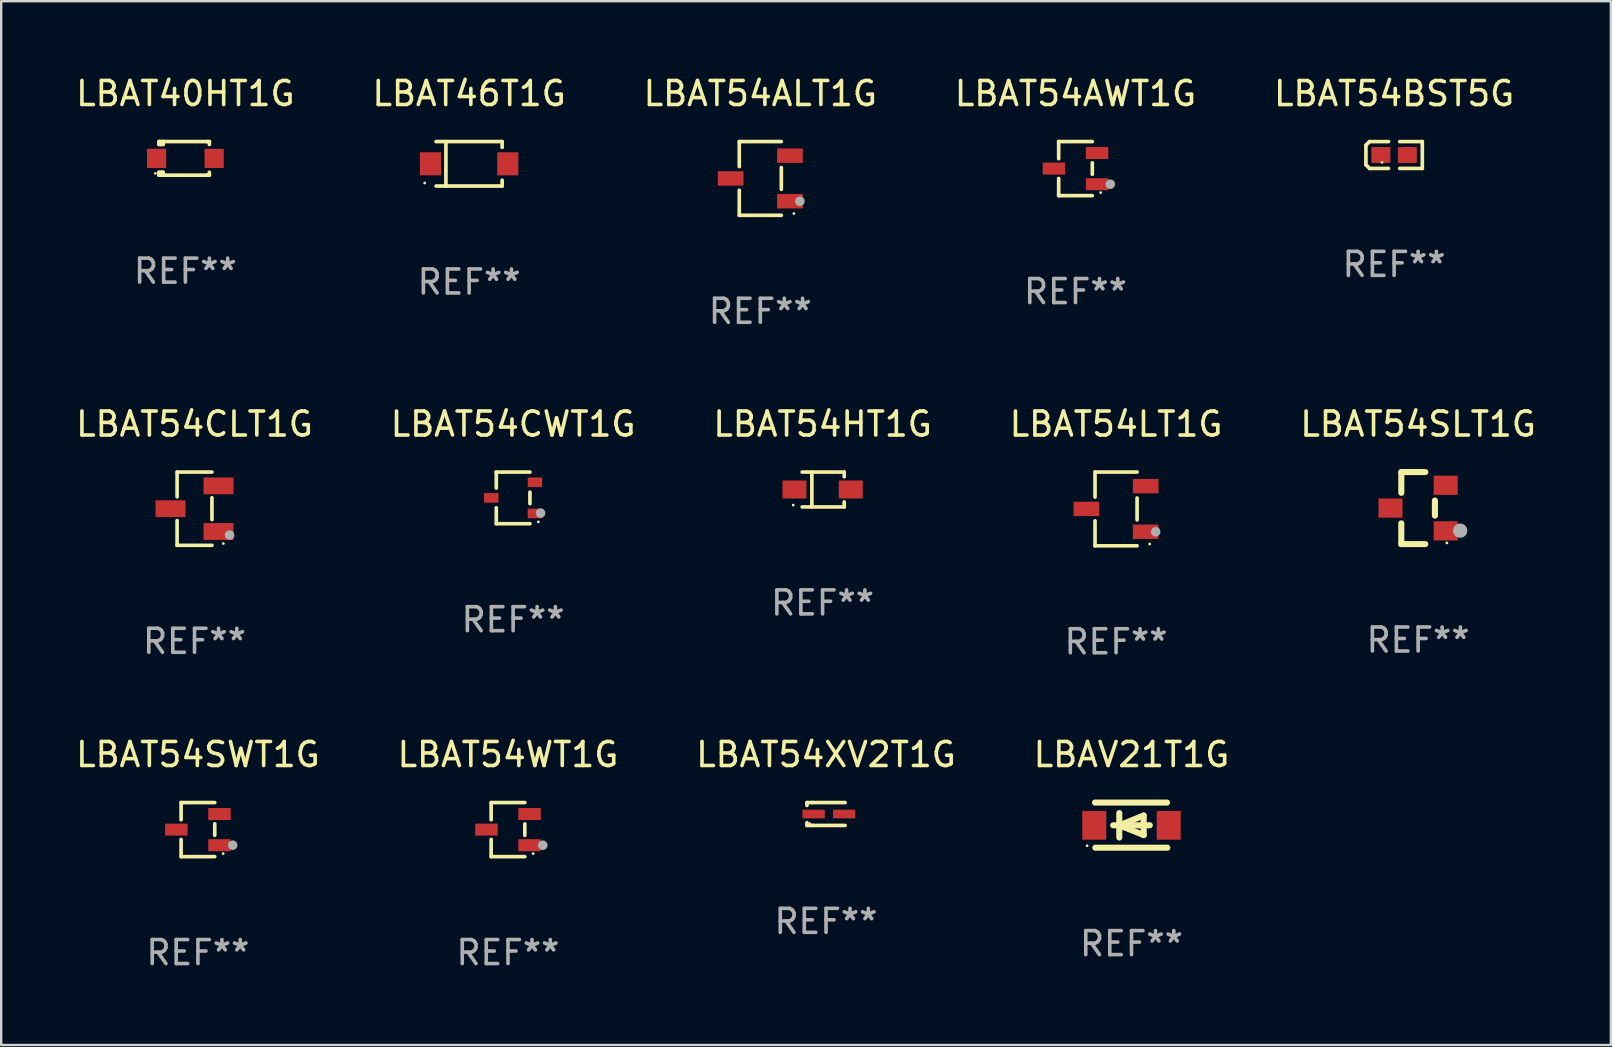
<source format=kicad_pcb>
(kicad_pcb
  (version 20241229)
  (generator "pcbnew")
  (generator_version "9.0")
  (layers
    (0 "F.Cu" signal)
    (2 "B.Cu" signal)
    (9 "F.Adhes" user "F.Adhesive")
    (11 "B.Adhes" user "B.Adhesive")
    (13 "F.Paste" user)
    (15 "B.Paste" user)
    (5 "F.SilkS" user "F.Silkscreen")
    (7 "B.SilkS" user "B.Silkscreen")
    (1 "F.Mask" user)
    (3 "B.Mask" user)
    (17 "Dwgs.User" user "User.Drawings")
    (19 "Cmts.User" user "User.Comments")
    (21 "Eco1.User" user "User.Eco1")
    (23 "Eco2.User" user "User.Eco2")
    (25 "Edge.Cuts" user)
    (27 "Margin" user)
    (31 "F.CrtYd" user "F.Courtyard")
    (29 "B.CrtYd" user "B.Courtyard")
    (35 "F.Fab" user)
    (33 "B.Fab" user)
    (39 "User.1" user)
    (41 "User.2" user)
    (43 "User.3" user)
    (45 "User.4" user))
  (footprint "LBAT54WT1G"
    (layer "F.Cu")
    (at 18.113 31.512)
    (property "Reference" "LBAT54WT1G" (at 0 -3.126 0) (layer "F.SilkS") (effects (font (size 1 1) (thickness 0.15))))
    (attr through_hole)
    (fp_line (start -0.701 -1.126) (end -0.701 -0.411) (stroke (width 0.152) (type solid)) (layer "F.SilkS"))
    (fp_line (start -0.701 1.126) (end -0.701 0.411) (stroke (width 0.152) (type solid)) (layer "F.SilkS"))
    (fp_line (start 0.701 -1.126) (end -0.701 -1.126) (stroke (width 0.152) (type solid)) (layer "F.SilkS"))
    (fp_line (start 0.701 -0.239) (end 0.701 0.239) (stroke (width 0.152) (type solid)) (layer "F.SilkS"))
    (fp_line (start 0.701 1.126) (end -0.701 1.126) (stroke (width 0.152) (type solid)) (layer "F.SilkS"))
    (fp_circle (center 1.05 1) (end 1.08 1) (stroke (width 0.06) (type solid)) (fill no) (layer "F.SilkS"))
    (fp_circle (center 1.45 0.65) (end 1.55 0.65) (stroke (width 0.2) (type solid)) (fill no) (layer "F.Fab"))
    (fp_text user "REF**" (at 0 5.126 0) (layer "F.Fab") (effects (font (size 1 1) (thickness 0.15))))
    (pad "1" smd rect (at 0.898 0.65) (size 0.936 0.5) (layers "F.Cu" "F.Mask" "F.Paste"))
    (pad "2" smd rect (at 0.898 -0.65) (size 0.936 0.5) (layers "F.Cu" "F.Mask" "F.Paste"))
    (pad "3" smd rect (at -0.898 0) (size 0.936 0.5) (layers "F.Cu" "F.Mask" "F.Paste")))
  (footprint "LBAT54ALT1G"
    (layer "F.Cu")
    (at 28.625 4.384)
    (property "Reference" "LBAT54ALT1G" (at 0 -3.536 0) (layer "F.SilkS") (effects (font (size 1 1) (thickness 0.15))))
    (attr through_hole)
    (fp_line (start -0.876 -1.536) (end -0.876 -0.495) (stroke (width 0.152) (type solid)) (layer "F.SilkS"))
    (fp_line (start -0.876 1.536) (end -0.876 0.495) (stroke (width 0.152) (type solid)) (layer "F.SilkS"))
    (fp_line (start 0.876 -1.536) (end -0.876 -1.536) (stroke (width 0.152) (type solid)) (layer "F.SilkS"))
    (fp_line (start 0.876 -0.455) (end 0.876 0.455) (stroke (width 0.152) (type solid)) (layer "F.SilkS"))
    (fp_line (start 0.876 1.536) (end -0.876 1.536) (stroke (width 0.152) (type solid)) (layer "F.SilkS"))
    (fp_circle (center 1.4 1.46) (end 1.43 1.46) (stroke (width 0.06) (type solid)) (fill no) (layer "F.SilkS"))
    (fp_circle (center 1.651 0.95) (end 1.751 0.95) (stroke (width 0.2) (type solid)) (fill no) (layer "F.Fab"))
    (fp_text user "REF**" (at 0 5.536 0) (layer "F.Fab") (effects (font (size 1 1) (thickness 0.15))))
    (pad "1" smd rect (at 1.235 0.95) (size 1.07 0.6) (layers "F.Cu" "F.Mask" "F.Paste"))
    (pad "2" smd rect (at 1.235 -0.95) (size 1.07 0.6) (layers "F.Cu" "F.Mask" "F.Paste"))
    (pad "3" smd rect (at -1.235 0) (size 1.07 0.6) (layers "F.Cu" "F.Mask" "F.Paste")))
  (footprint "LBAT54AWT1G"
    (layer "F.Cu")
    (at 41.756 3.974)
    (property "Reference" "LBAT54AWT1G" (at 0 -3.126 0) (layer "F.SilkS") (effects (font (size 1 1) (thickness 0.15))))
    (attr through_hole)
    (fp_line (start -0.701 -1.126) (end -0.701 -0.411) (stroke (width 0.152) (type solid)) (layer "F.SilkS"))
    (fp_line (start -0.701 1.126) (end -0.701 0.411) (stroke (width 0.152) (type solid)) (layer "F.SilkS"))
    (fp_line (start 0.701 -1.126) (end -0.701 -1.126) (stroke (width 0.152) (type solid)) (layer "F.SilkS"))
    (fp_line (start 0.701 -0.239) (end 0.701 0.239) (stroke (width 0.152) (type solid)) (layer "F.SilkS"))
    (fp_line (start 0.701 1.126) (end -0.701 1.126) (stroke (width 0.152) (type solid)) (layer "F.SilkS"))
    (fp_circle (center 1.05 1) (end 1.08 1) (stroke (width 0.06) (type solid)) (fill no) (layer "F.SilkS"))
    (fp_circle (center 1.45 0.65) (end 1.55 0.65) (stroke (width 0.2) (type solid)) (fill no) (layer "F.Fab"))
    (fp_text user "REF**" (at 0 5.126 0) (layer "F.Fab") (effects (font (size 1 1) (thickness 0.15))))
    (pad "1" smd rect (at 0.898 0.65) (size 0.936 0.5) (layers "F.Cu" "F.Mask" "F.Paste"))
    (pad "2" smd rect (at 0.898 -0.65) (size 0.936 0.5) (layers "F.Cu" "F.Mask" "F.Paste"))
    (pad "3" smd rect (at -0.898 0) (size 0.936 0.5) (layers "F.Cu" "F.Mask" "F.Paste")))
  (footprint "LBAT54CLT1G"
    (layer "F.Cu")
    (at 5.054 18.143)
    (property "Reference" "LBAT54CLT1G" (at 0 -3.526 0) (layer "F.SilkS") (effects (font (size 1 1) (thickness 0.15))))
    (attr through_hole)
    (fp_line (start -0.726 -1.526) (end -0.726 -0.495) (stroke (width 0.152) (type solid)) (layer "F.SilkS"))
    (fp_line (start -0.726 1.526) (end -0.726 0.495) (stroke (width 0.152) (type solid)) (layer "F.SilkS"))
    (fp_line (start 0.726 -1.526) (end -0.726 -1.526) (stroke (width 0.152) (type solid)) (layer "F.SilkS"))
    (fp_line (start 0.726 -0.455) (end 0.726 0.455) (stroke (width 0.152) (type solid)) (layer "F.SilkS"))
    (fp_line (start 0.726 1.526) (end -0.726 1.526) (stroke (width 0.152) (type solid)) (layer "F.SilkS"))
    (fp_circle (center 1.2 1.45) (end 1.23 1.45) (stroke (width 0.06) (type solid)) (fill no) (layer "F.SilkS"))
    (fp_circle (center 1.46 1.1) (end 1.56 1.1) (stroke (width 0.2) (type solid)) (fill no) (layer "F.Fab"))
    (fp_text user "REF**" (at 0 5.526 0) (layer "F.Fab") (effects (font (size 1 1) (thickness 0.15))))
    (pad "1" smd rect (at 1 0.95) (size 1.25 0.7) (layers "F.Cu" "F.Mask" "F.Paste"))
    (pad "2" smd rect (at 1 -0.95) (size 1.25 0.7) (layers "F.Cu" "F.Mask" "F.Paste"))
    (pad "3" smd rect (at -1 0) (size 1.25 0.7) (layers "F.Cu" "F.Mask" "F.Paste")))
  (footprint "LBAT46T1G"
    (layer "F.Cu")
    (at 16.494 3.774)
    (property "Reference" "LBAT46T1G" (at 0 -2.926 0) (layer "F.SilkS") (effects (font (size 1 1) (thickness 0.15))))
    (attr through_hole)
    (fp_line (start -1.376 -0.926) (end 1.376 -0.926) (stroke (width 0.152) (type solid)) (layer "F.SilkS"))
    (fp_line (start -1.376 0.926) (end 1.376 0.926) (stroke (width 0.152) (type solid)) (layer "F.SilkS"))
    (fp_line (start -0.967 -0.926) (end -0.967 0.926) (stroke (width 0.152) (type solid)) (layer "F.SilkS"))
    (fp_line (start 1.376 -0.926) (end 1.376 -0.683) (stroke (width 0.152) (type solid)) (layer "F.SilkS"))
    (fp_line (start 1.376 0.926) (end 1.376 0.683) (stroke (width 0.152) (type solid)) (layer "F.SilkS"))
    (fp_circle (center -1.851 0.8) (end -1.821 0.8) (stroke (width 0.06) (type solid)) (fill no) (layer "F.SilkS"))
    (fp_text user "REF**" (at 0 4.926 0) (layer "F.Fab") (effects (font (size 1 1) (thickness 0.15))))
    (pad "1" smd rect (at -1.61 0.000102) (size 0.88 0.96) (layers "F.Cu" "F.Mask" "F.Paste"))
    (pad "2" smd rect (at 1.61 0.000102) (size 0.88 0.96) (layers "F.Cu" "F.Mask" "F.Paste")))
  (footprint "LBAV21T1G"
    (layer "F.Cu")
    (at 44.089 31.326)
    (property "Reference" "LBAV21T1G" (at 0 -2.94 0) (layer "F.SilkS") (effects (font (size 1 1) (thickness 0.15))))
    (attr through_hole)
    (fp_line (start -1.52 -0.94) (end 1.48 -0.94) (stroke (width 0.254) (type solid)) (layer "F.SilkS"))
    (fp_line (start -1.507 0.94) (end 1.493 0.94) (stroke (width 0.254) (type solid)) (layer "F.SilkS"))
    (fp_line (start -0.762 0.007) (end 0.762 0.007) (stroke (width 0.254) (type solid)) (layer "F.SilkS"))
    (fp_line (start -0.508 -0.501) (end -0.508 0.515) (stroke (width 0.254) (type solid)) (layer "F.SilkS"))
    (fp_line (start -0.508 0.007) (end 0.508 -0.4) (stroke (width 0.254) (type solid)) (layer "F.SilkS"))
    (fp_line (start 0.508 -0.4) (end 0.508 0.413) (stroke (width 0.254) (type solid)) (layer "F.SilkS"))
    (fp_line (start 0.508 0.413) (end -0.508 0.007) (stroke (width 0.254) (type solid)) (layer "F.SilkS"))
    (fp_circle (center -1.85 0.857) (end -1.82 0.857) (stroke (width 0.06) (type solid)) (fill no) (layer "F.SilkS"))
    (fp_text user "REF**" (at 0 4.94 0) (layer "F.Fab") (effects (font (size 1 1) (thickness 0.15))))
    (pad "1" smd rect (at -1.55 0.007) (size 1 1.2) (layers "F.Cu" "F.Mask" "F.Paste"))
    (pad "2" smd rect (at 1.55 0.007) (size 1 1.2) (layers "F.Cu" "F.Mask" "F.Paste")))
  (footprint "LBAT54SWT1G"
    (layer "F.Cu")
    (at 5.196 31.512)
    (property "Reference" "LBAT54SWT1G" (at 0 -3.126 0) (layer "F.SilkS") (effects (font (size 1 1) (thickness 0.15))))
    (attr through_hole)
    (fp_line (start -0.701 -1.126) (end -0.701 -0.411) (stroke (width 0.152) (type solid)) (layer "F.SilkS"))
    (fp_line (start -0.701 1.126) (end -0.701 0.411) (stroke (width 0.152) (type solid)) (layer "F.SilkS"))
    (fp_line (start 0.701 -1.126) (end -0.701 -1.126) (stroke (width 0.152) (type solid)) (layer "F.SilkS"))
    (fp_line (start 0.701 -0.239) (end 0.701 0.239) (stroke (width 0.152) (type solid)) (layer "F.SilkS"))
    (fp_line (start 0.701 1.126) (end -0.701 1.126) (stroke (width 0.152) (type solid)) (layer "F.SilkS"))
    (fp_circle (center 1.05 1) (end 1.08 1) (stroke (width 0.06) (type solid)) (fill no) (layer "F.SilkS"))
    (fp_circle (center 1.45 0.65) (end 1.55 0.65) (stroke (width 0.2) (type solid)) (fill no) (layer "F.Fab"))
    (fp_text user "REF**" (at 0 5.126 0) (layer "F.Fab") (effects (font (size 1 1) (thickness 0.15))))
    (pad "1" smd rect (at 0.898 0.65) (size 0.936 0.5) (layers "F.Cu" "F.Mask" "F.Paste"))
    (pad "2" smd rect (at 0.898 -0.65) (size 0.936 0.5) (layers "F.Cu" "F.Mask" "F.Paste"))
    (pad "3" smd rect (at -0.898 0) (size 0.936 0.5) (layers "F.Cu" "F.Mask" "F.Paste")))
  (footprint "LBAT54BST5G"
    (layer "F.Cu")
    (at 55.03 3.408)
    (property "Reference" "LBAT54BST5G" (at 0 -2.559 0) (layer "F.SilkS") (effects (font (size 1 1) (thickness 0.15))))
    (attr through_hole)
    (fp_line (start -1.175 -0.407) (end -1.023 -0.559) (stroke (width 0.152) (type solid)) (layer "F.SilkS"))
    (fp_line (start -1.175 0.407) (end -1.175 -0.407) (stroke (width 0.152) (type solid)) (layer "F.SilkS"))
    (fp_line (start -1.023 -0.559) (end -0.232 -0.559) (stroke (width 0.152) (type solid)) (layer "F.SilkS"))
    (fp_line (start -1.023 0.559) (end -1.175 0.407) (stroke (width 0.152) (type solid)) (layer "F.SilkS"))
    (fp_line (start -0.232 0.559) (end -1.023 0.559) (stroke (width 0.152) (type solid)) (layer "F.SilkS"))
    (fp_line (start 0.232 0.559) (end 1.175 0.559) (stroke (width 0.152) (type solid)) (layer "F.SilkS"))
    (fp_line (start 1.175 -0.559) (end 0.232 -0.559) (stroke (width 0.152) (type solid)) (layer "F.SilkS"))
    (fp_line (start 1.175 0.559) (end 1.175 -0.559) (stroke (width 0.152) (type solid)) (layer "F.SilkS"))
    (fp_circle (center -0.506 0.306) (end -0.476 0.306) (stroke (width 0.06) (type solid)) (fill no) (layer "F.SilkS"))
    (fp_text user "REF**" (at 0 4.559 0) (layer "F.Fab") (effects (font (size 1 1) (thickness 0.15))))
    (pad "1" smd rect (at -0.551 0) (size 0.79 0.661) (layers "F.Cu" "F.Mask" "F.Paste"))
    (pad "2" smd rect (at 0.551 0) (size 0.79 0.661) (layers "F.Cu" "F.Mask" "F.Paste")))
  (footprint "LBAT54HT1G"
    (layer "F.Cu")
    (at 31.22 17.343)
    (property "Reference" "LBAT54HT1G" (at 0 -2.726 0) (layer "F.SilkS") (effects (font (size 1 1) (thickness 0.15))))
    (attr through_hole)
    (fp_line (start -0.851 -0.726) (end 0.901 -0.726) (stroke (width 0.152) (type solid)) (layer "F.SilkS"))
    (fp_line (start -0.851 0.726) (end 0.901 0.726) (stroke (width 0.152) (type solid)) (layer "F.SilkS"))
    (fp_line (start -0.447 -0.726) (end -0.447 0.726) (stroke (width 0.152) (type solid)) (layer "F.SilkS"))
    (fp_line (start 0.901 -0.726) (end 0.901 -0.53) (stroke (width 0.152) (type solid)) (layer "F.SilkS"))
    (fp_line (start 0.901 0.726) (end 0.901 0.52) (stroke (width 0.152) (type solid)) (layer "F.SilkS"))
    (fp_circle (center -1.225 0.65) (end -1.195 0.65) (stroke (width 0.06) (type solid)) (fill no) (layer "F.SilkS"))
    (fp_text user "REF**" (at 0 4.726 0) (layer "F.Fab") (effects (font (size 1 1) (thickness 0.15))))
    (pad "1" smd rect (at -1.173 0) (size 1 0.75) (layers "F.Cu" "F.Mask" "F.Paste"))
    (pad "2" smd rect (at 1.173 0) (size 1 0.75) (layers "F.Cu" "F.Mask" "F.Paste")))
  (footprint "LBAT54LT1G"
    (layer "F.Cu")
    (at 43.446 18.153)
    (property "Reference" "LBAT54LT1G" (at 0 -3.536 0) (layer "F.SilkS") (effects (font (size 1 1) (thickness 0.15))))
    (attr through_hole)
    (fp_line (start -0.876 -1.536) (end -0.876 -0.495) (stroke (width 0.152) (type solid)) (layer "F.SilkS"))
    (fp_line (start -0.876 1.536) (end -0.876 0.495) (stroke (width 0.152) (type solid)) (layer "F.SilkS"))
    (fp_line (start 0.876 -1.536) (end -0.876 -1.536) (stroke (width 0.152) (type solid)) (layer "F.SilkS"))
    (fp_line (start 0.876 -0.455) (end 0.876 0.455) (stroke (width 0.152) (type solid)) (layer "F.SilkS"))
    (fp_line (start 0.876 1.536) (end -0.876 1.536) (stroke (width 0.152) (type solid)) (layer "F.SilkS"))
    (fp_circle (center 1.4 1.46) (end 1.43 1.46) (stroke (width 0.06) (type solid)) (fill no) (layer "F.SilkS"))
    (fp_circle (center 1.651 0.95) (end 1.751 0.95) (stroke (width 0.2) (type solid)) (fill no) (layer "F.Fab"))
    (fp_text user "REF**" (at 0 5.536 0) (layer "F.Fab") (effects (font (size 1 1) (thickness 0.15))))
    (pad "1" smd rect (at 1.235 0.95) (size 1.07 0.6) (layers "F.Cu" "F.Mask" "F.Paste"))
    (pad "2" smd rect (at 1.235 -0.95) (size 1.07 0.6) (layers "F.Cu" "F.Mask" "F.Paste"))
    (pad "3" smd rect (at -1.235 0) (size 1.07 0.6) (layers "F.Cu" "F.Mask" "F.Paste")))
  (footprint "LBAT54SLT1G"
    (layer "F.Cu")
    (at 56.03 18.117)
    (property "Reference" "LBAT54SLT1G" (at 0 -3.5 0) (layer "F.SilkS") (effects (font (size 1 1) (thickness 0.15))))
    (attr through_hole)
    (fp_line (start -0.7 -1.5) (end 0.3 -1.5) (stroke (width 0.254) (type solid)) (layer "F.SilkS"))
    (fp_line (start -0.7 -0.636) (end -0.7 -1.5) (stroke (width 0.254) (type solid)) (layer "F.SilkS"))
    (fp_line (start -0.7 1.5) (end -0.7 0.636) (stroke (width 0.254) (type solid)) (layer "F.SilkS"))
    (fp_line (start -0.7 1.5) (end 0.3 1.5) (stroke (width 0.254) (type solid)) (layer "F.SilkS"))
    (fp_line (start 0.7 0.314) (end 0.7 -0.314) (stroke (width 0.254) (type solid)) (layer "F.SilkS"))
    (fp_circle (center 1.2 1.45) (end 1.23 1.45) (stroke (width 0.06) (type solid)) (fill no) (layer "F.SilkS"))
    (fp_circle (center 1.753 0.94) (end 1.903 0.94) (stroke (width 0.3) (type solid)) (fill no) (layer "F.Fab"))
    (fp_text user "REF**" (at 0 5.5 0) (layer "F.Fab") (effects (font (size 1 1) (thickness 0.15))))
    (pad "1" smd rect (at 1.15 0.95 180) (size 1 0.8) (layers "F.Cu" "F.Mask" "F.Paste"))
    (pad "2" smd rect (at 1.15 -0.95 180) (size 1 0.8) (layers "F.Cu" "F.Mask" "F.Paste"))
    (pad "3" smd rect (at -1.15 -0.000051 180) (size 1 0.8) (layers "F.Cu" "F.Mask" "F.Paste")))
  (footprint "LBAT40HT1G"
    (layer "F.Cu")
    (at 4.673 3.548)
    (property "Reference" "LBAT40HT1G" (at 0 -2.7 0) (layer "F.SilkS") (effects (font (size 1 1) (thickness 0.15))))
    (attr through_hole)
    (fp_line (start -1.1 -0.7) (end -1.1 -0.58) (stroke (width 0.152) (type solid)) (layer "F.SilkS"))
    (fp_line (start -1.1 0.58) (end -1.1 0.7) (stroke (width 0.152) (type solid)) (layer "F.SilkS"))
    (fp_line (start -1.1 0.58) (end -0.927 0.58) (stroke (width 0.152) (type solid)) (layer "F.SilkS"))
    (fp_line (start -1.1 0.7) (end 0.9 0.7) (stroke (width 0.152) (type solid)) (layer "F.SilkS"))
    (fp_line (start -1.014 -0.58) (end -1.014 -0.7) (stroke (width 0.152) (type solid)) (layer "F.SilkS"))
    (fp_line (start -1.014 0.7) (end -1.014 0.58) (stroke (width 0.152) (type solid)) (layer "F.SilkS"))
    (fp_line (start -0.927 -0.7) (end -0.927 -0.58) (stroke (width 0.152) (type solid)) (layer "F.SilkS"))
    (fp_line (start -0.927 -0.58) (end -1.1 -0.58) (stroke (width 0.152) (type solid)) (layer "F.SilkS"))
    (fp_line (start -0.927 0.58) (end -0.927 0.7) (stroke (width 0.152) (type solid)) (layer "F.SilkS"))
    (fp_line (start 0.9 -0.7) (end -1.1 -0.7) (stroke (width 0.152) (type solid)) (layer "F.SilkS"))
    (fp_line (start 0.9 0.7) (end 1 0.7) (stroke (width 0.152) (type solid)) (layer "F.SilkS"))
    (fp_line (start 1 -0.7) (end 0.9 -0.7) (stroke (width 0.152) (type solid)) (layer "F.SilkS"))
    (fp_line (start 1 -0.58) (end 1 -0.7) (stroke (width 0.152) (type solid)) (layer "F.SilkS"))
    (fp_line (start 1 0.7) (end 1 0.58) (stroke (width 0.152) (type solid)) (layer "F.SilkS"))
    (fp_circle (center -1.25 0.625) (end -1.22 0.625) (stroke (width 0.06) (type solid)) (fill no) (layer "F.SilkS"))
    (fp_text user "REF**" (at 0 4.7 0) (layer "F.Fab") (effects (font (size 1 1) (thickness 0.15))))
    (pad "1" smd rect (at -1.2 0) (size 0.8 0.8) (layers "F.Cu" "F.Mask" "F.Paste"))
    (pad "2" smd rect (at 1.2 0) (size 0.8 0.8) (layers "F.Cu" "F.Mask" "F.Paste")))
  (footprint "LBAT54CWT1G"
    (layer "F.Cu")
    (at 18.327 17.693)
    (property "Reference" "LBAT54CWT1G" (at 0 -3.076 0) (layer "F.SilkS") (effects (font (size 1 1) (thickness 0.15))))
    (attr through_hole)
    (fp_line (start -0.701 -1.076) (end -0.701 -0.411) (stroke (width 0.152) (type solid)) (layer "F.SilkS"))
    (fp_line (start -0.701 1.076) (end -0.701 0.411) (stroke (width 0.152) (type solid)) (layer "F.SilkS"))
    (fp_line (start 0.701 -1.076) (end -0.701 -1.076) (stroke (width 0.152) (type solid)) (layer "F.SilkS"))
    (fp_line (start 0.701 -0.239) (end 0.701 0.239) (stroke (width 0.152) (type solid)) (layer "F.SilkS"))
    (fp_line (start 0.701 1.076) (end -0.701 1.076) (stroke (width 0.152) (type solid)) (layer "F.SilkS"))
    (fp_circle (center 1.05 1) (end 1.08 1) (stroke (width 0.06) (type solid)) (fill no) (layer "F.SilkS"))
    (fp_circle (center 1.143 0.635) (end 1.243 0.635) (stroke (width 0.2) (type solid)) (fill no) (layer "F.Fab"))
    (fp_text user "REF**" (at 0 5.076 0) (layer "F.Fab") (effects (font (size 1 1) (thickness 0.15))))
    (pad "1" smd rect (at 0.91 0.65) (size 0.6 0.4) (layers "F.Cu" "F.Mask" "F.Paste"))
    (pad "2" smd rect (at 0.91 -0.65) (size 0.6 0.4) (layers "F.Cu" "F.Mask" "F.Paste"))
    (pad "3" smd rect (at -0.91 0) (size 0.6 0.4) (layers "F.Cu" "F.Mask" "F.Paste")))
  (footprint "LBAT54XV2T1G"
    (layer "F.Cu")
    (at 31.363 30.862)
    (property "Reference" "LBAT54XV2T1G" (at 0 -2.476 0) (layer "F.SilkS") (effects (font (size 1 1) (thickness 0.15))))
    (attr through_hole)
    (fp_line (start -0.795 -0.476) (end -0.795 -0.356) (stroke (width 0.152) (type solid)) (layer "F.SilkS"))
    (fp_line (start -0.795 0.363) (end -0.795 0.476) (stroke (width 0.152) (type solid)) (layer "F.SilkS"))
    (fp_line (start -0.795 0.476) (end -0.557 0.476) (stroke (width 0.152) (type solid)) (layer "F.SilkS"))
    (fp_line (start -0.557 -0.476) (end -0.795 -0.476) (stroke (width 0.152) (type solid)) (layer "F.SilkS"))
    (fp_line (start -0.557 -0.476) (end 0.795 -0.476) (stroke (width 0.152) (type solid)) (layer "F.SilkS"))
    (fp_line (start -0.557 0.476) (end 0.795 0.476) (stroke (width 0.152) (type solid)) (layer "F.SilkS"))
    (fp_circle (center -0.681 0.4) (end -0.651 0.4) (stroke (width 0.06) (type solid)) (fill no) (layer "F.SilkS"))
    (fp_text user "REF**" (at 0 4.476 0) (layer "F.Fab") (effects (font (size 1 1) (thickness 0.15))))
    (pad "1" smd rect (at -0.516 0 180) (size 0.93 0.36) (layers "F.Cu" "F.Mask" "F.Paste"))
    (pad "2" smd rect (at 0.754 0 180) (size 0.93 0.36) (layers "F.Cu" "F.Mask" "F.Paste")))
  (gr_rect
    (start -3 -3)
    (end 64.06 40.487)
    (stroke (width 0.1) (type default))
    (fill no)
    (layer "Edge.Cuts")))
</source>
